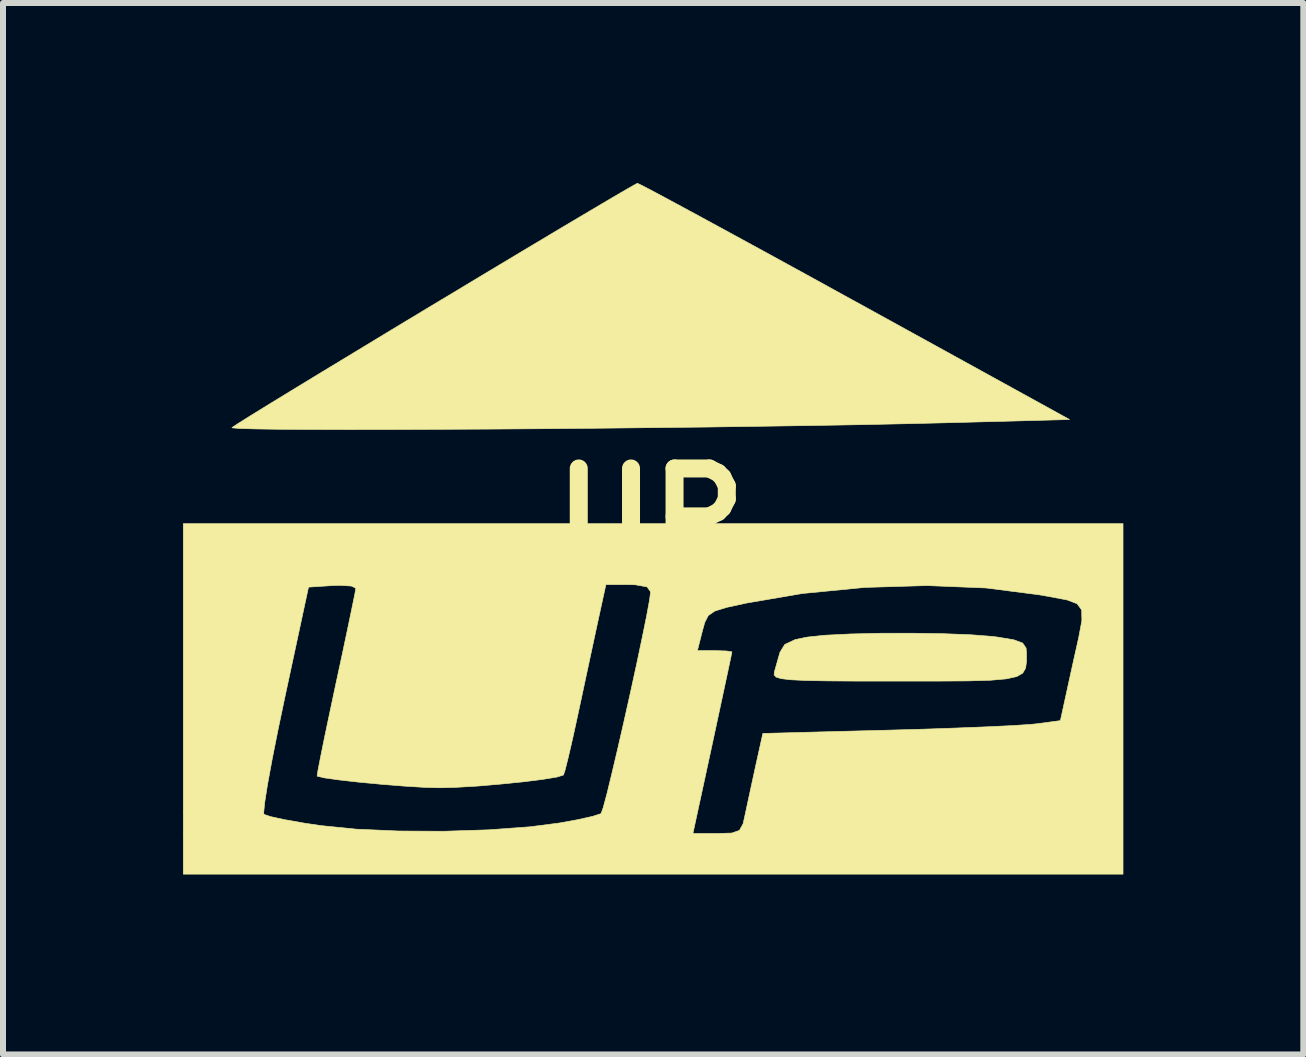
<source format=kicad_pcb>
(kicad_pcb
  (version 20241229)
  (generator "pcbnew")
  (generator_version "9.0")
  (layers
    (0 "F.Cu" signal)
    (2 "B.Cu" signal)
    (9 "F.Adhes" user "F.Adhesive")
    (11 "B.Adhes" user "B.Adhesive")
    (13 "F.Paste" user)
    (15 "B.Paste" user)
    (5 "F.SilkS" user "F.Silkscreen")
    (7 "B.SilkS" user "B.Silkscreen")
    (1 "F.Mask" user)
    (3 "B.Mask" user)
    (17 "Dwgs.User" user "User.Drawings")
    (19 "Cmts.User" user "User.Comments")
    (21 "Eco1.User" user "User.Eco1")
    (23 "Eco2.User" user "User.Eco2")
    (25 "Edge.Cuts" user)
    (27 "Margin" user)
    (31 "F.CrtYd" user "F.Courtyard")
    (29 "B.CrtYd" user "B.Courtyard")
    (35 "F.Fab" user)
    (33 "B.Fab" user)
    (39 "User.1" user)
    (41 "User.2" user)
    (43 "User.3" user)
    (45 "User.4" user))
  (footprint "UP"
    (layer "F.Cu")
    (at 7.794 5.593)
    (property "Reference" "UP" (at 0 0 0) (layer "F.SilkS") (effects (font (size 1.524 1.524) (thickness 0.3))))
    (attr through_hole)
    (fp_poly (pts (xy 4.876 1.919) (xy 5.339 1.937) (xy 5.7 1.965) (xy 5.779 1.975) (xy 6.054 2.021) (xy 6.201 2.075) (xy 6.258 2.158) (xy 6.265 2.243) (xy 6.265 2.385) (xy 6.25 2.495) (xy 6.202 2.577) (xy 6.101 2.634) (xy 5.929 2.672) (xy 5.665 2.695) (xy 5.291 2.706) (xy 4.787 2.709) (xy 4.134 2.709) (xy 4.092 2.709) (xy 3.446 2.709) (xy 2.951 2.706) (xy 2.588 2.699) (xy 2.335 2.687) (xy 2.176 2.668) (xy 2.09 2.642) (xy 2.059 2.606) (xy 2.062 2.561) (xy 2.12 2.355) (xy 2.157 2.227) (xy 2.236 2.099) (xy 2.41 2.017) (xy 2.608 1.976) (xy 2.904 1.945) (xy 3.324 1.924) (xy 3.823 1.912) (xy 4.355 1.911) (xy 4.876 1.919)) (stroke (width 0.01) (type solid)) (fill yes) (layer "F.SilkS"))
    (fp_poly (pts (xy -0.136 -5.548) (xy 0.079 -5.435) (xy 0.414 -5.255) (xy 0.854 -5.017) (xy 1.383 -4.729) (xy 1.988 -4.399) (xy 2.654 -4.034) (xy 3.366 -3.642) (xy 3.407 -3.62) (xy 6.982 -1.651) (xy 4.952 -1.597) (xy 4.274 -1.581) (xy 3.517 -1.565) (xy 2.696 -1.551) (xy 1.826 -1.538) (xy 0.922 -1.525) (xy 0.001 -1.515) (xy -0.923 -1.505) (xy -1.836 -1.497) (xy -2.72 -1.491) (xy -3.562 -1.487) (xy -4.346 -1.484) (xy -5.056 -1.483) (xy -5.678 -1.485) (xy -6.196 -1.488) (xy -6.595 -1.494) (xy -6.86 -1.502) (xy -6.975 -1.512) (xy -6.978 -1.516) (xy -6.888 -1.576) (xy -6.672 -1.712) (xy -6.348 -1.912) (xy -5.932 -2.166) (xy -5.444 -2.463) (xy -4.899 -2.793) (xy -4.317 -3.146) (xy -3.713 -3.51) (xy -3.106 -3.875) (xy -2.514 -4.231) (xy -1.953 -4.567) (xy -1.441 -4.873) (xy -0.996 -5.137) (xy -0.636 -5.35) (xy -0.377 -5.501) (xy -0.238 -5.579) (xy -0.219 -5.588) (xy -0.136 -5.548)) (stroke (width 0.01) (type solid)) (fill yes) (layer "F.SilkS"))
    (fp_poly (pts (xy 7.874 5.927) (xy -7.789 5.927) (xy -7.789 5.249) (xy 0.705 5.249) (xy 1.108 5.249) (xy 1.353 5.242) (xy 1.48 5.198) (xy 1.541 5.088) (xy 1.567 4.974) (xy 1.616 4.745) (xy 1.685 4.426) (xy 1.747 4.14) (xy 1.871 3.581) (xy 3.962 3.527) (xy 4.564 3.51) (xy 5.131 3.49) (xy 5.634 3.47) (xy 6.044 3.45) (xy 6.333 3.431) (xy 6.442 3.42) (xy 6.83 3.368) (xy 7.041 2.405) (xy 7.135 1.985) (xy 7.188 1.702) (xy 7.185 1.524) (xy 7.109 1.42) (xy 6.947 1.358) (xy 6.681 1.307) (xy 6.477 1.271) (xy 5.592 1.157) (xy 4.606 1.117) (xy 3.569 1.148) (xy 2.531 1.249) (xy 1.595 1.409) (xy 1.27 1.48) (xy 1.072 1.541) (xy 0.962 1.616) (xy 0.903 1.73) (xy 0.863 1.873) (xy 0.78 2.201) (xy 1.067 2.201) (xy 1.26 2.207) (xy 1.353 2.221) (xy 1.355 2.224) (xy 1.338 2.31) (xy 1.29 2.535) (xy 1.218 2.872) (xy 1.127 3.295) (xy 1.03 3.748) (xy 0.705 5.249) (xy -7.789 5.249) (xy -7.789 4.901) (xy -6.449 4.901) (xy -6.445 4.93) (xy -6.342 4.966) (xy -6.109 5.017) (xy -5.783 5.075) (xy -5.501 5.117) (xy -4.906 5.177) (xy -4.202 5.208) (xy -3.445 5.212) (xy -2.694 5.188) (xy -2.005 5.137) (xy -1.524 5.075) (xy -1.211 5.018) (xy -0.965 4.963) (xy -0.832 4.92) (xy -0.825 4.915) (xy -0.791 4.821) (xy -0.729 4.592) (xy -0.647 4.255) (xy -0.549 3.84) (xy -0.443 3.377) (xy -0.335 2.894) (xy -0.232 2.422) (xy -0.141 1.989) (xy -0.067 1.626) (xy -0.018 1.36) (xy -0.000002 1.222) (xy 0 1.221) (xy -0.059 1.139) (xy -0.252 1.104) (xy -0.373 1.101) (xy -0.745 1.101) (xy -0.879 1.714) (xy -0.954 2.063) (xy -1.05 2.51) (xy -1.152 2.987) (xy -1.216 3.285) (xy -1.299 3.665) (xy -1.372 3.98) (xy -1.426 4.195) (xy -1.453 4.275) (xy -1.559 4.308) (xy -1.796 4.347) (xy -2.122 4.388) (xy -2.499 4.426) (xy -2.886 4.459) (xy -3.244 4.48) (xy -3.514 4.487) (xy -3.776 4.48) (xy -4.115 4.459) (xy -4.489 4.429) (xy -4.861 4.394) (xy -5.188 4.357) (xy -5.433 4.323) (xy -5.553 4.295) (xy -5.558 4.292) (xy -5.546 4.208) (xy -5.503 3.985) (xy -5.435 3.649) (xy -5.346 3.226) (xy -5.245 2.751) (xy -5.14 2.264) (xy -5.049 1.834) (xy -4.977 1.488) (xy -4.929 1.254) (xy -4.913 1.16) (xy -4.987 1.125) (xy -5.178 1.113) (xy -5.306 1.117) (xy -5.702 1.143) (xy -6.102 3.006) (xy -6.215 3.545) (xy -6.311 4.029) (xy -6.385 4.432) (xy -6.432 4.731) (xy -6.449 4.901) (xy -7.789 4.901) (xy -7.789 0.085) (xy 7.874 0.085) (xy 7.874 5.927)) (stroke (width 0.01) (type solid)) (fill yes) (layer "F.SilkS")))
  (gr_rect
    (start -3 -3)
    (end 18.673 14.525)
    (stroke (width 0.1) (type default))
    (fill no)
    (layer "Edge.Cuts")))
</source>
